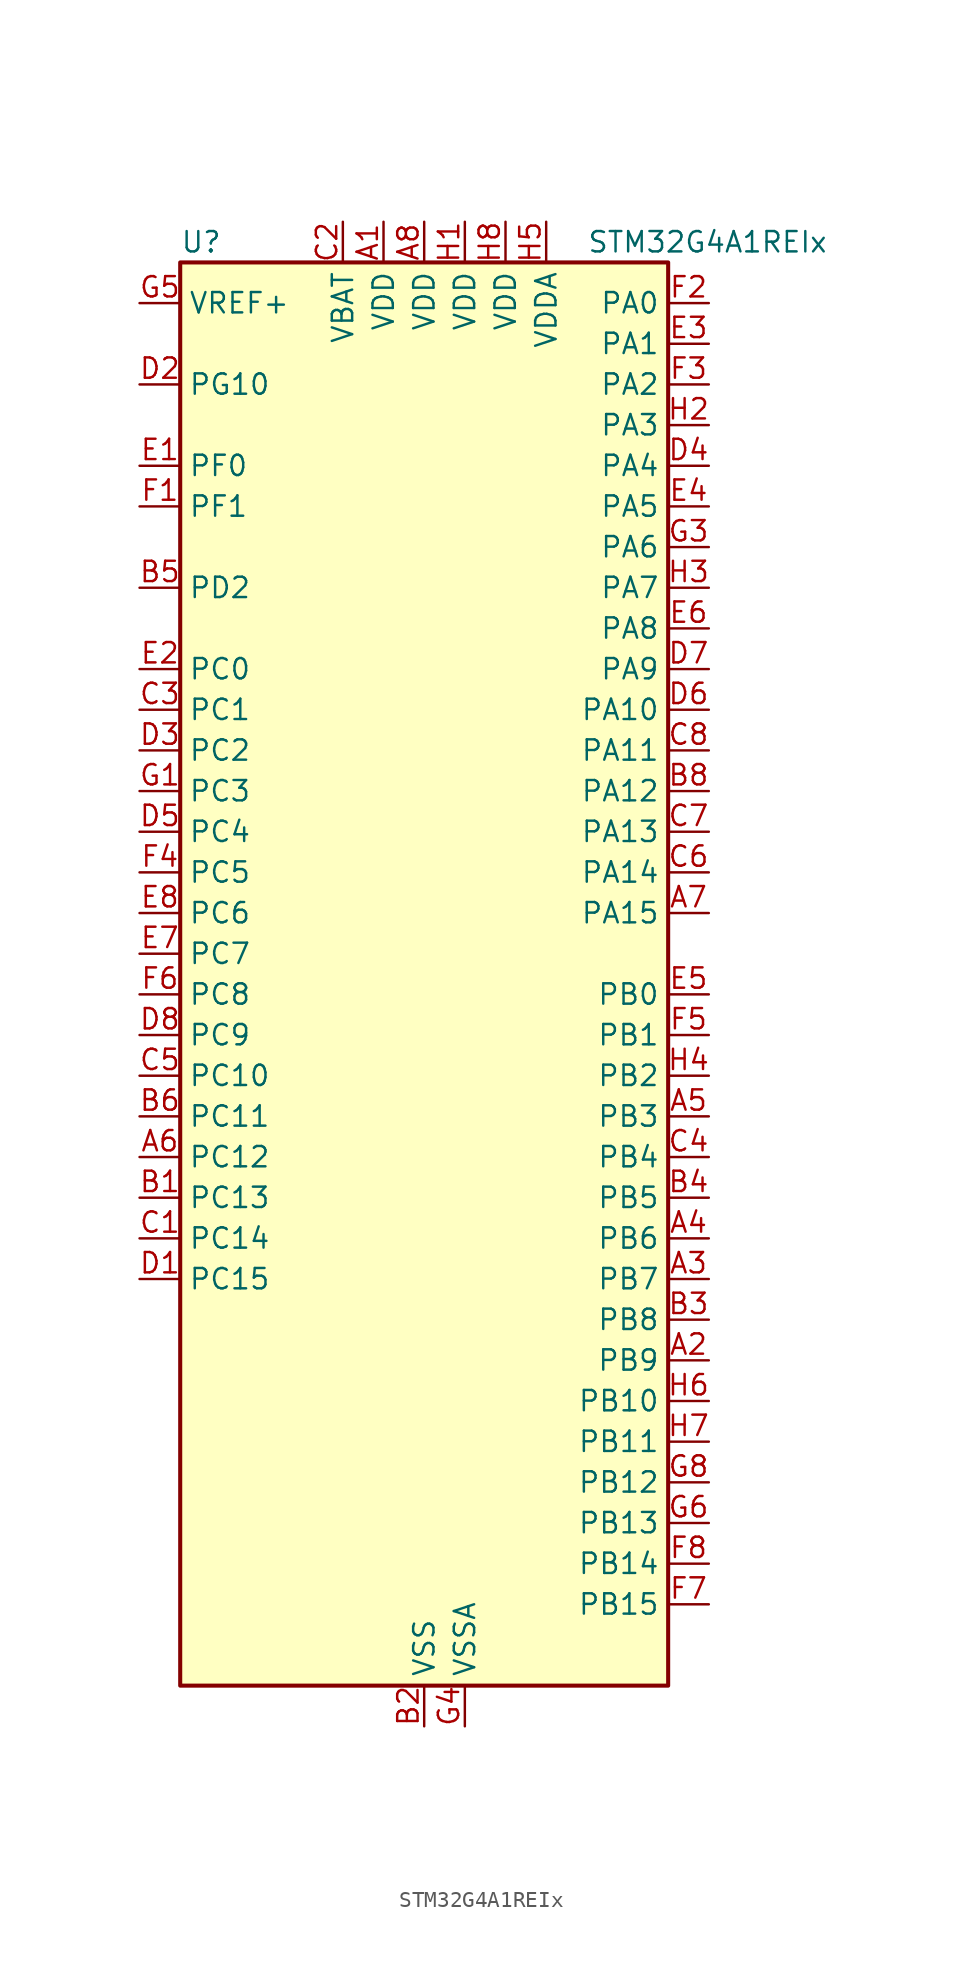
<source format=kicad_sym>
(kicad_symbol_lib
  (version 20220914)
  (generator kicad_symbol_editor)
  (symbol "STM32G4A1REIx"
    (property "Reference" "U"
      (at -15.24 46.99 0)
      (effects (font (size 1.27 1.27)) (justify left)))
    (property "Value" "STM32G4A1REIx"
      (at 10.16 46.99 0)
      (effects (font (size 1.27 1.27)) (justify left)))
    (property "ki_locked" ""
      (at 0 0 0)
      (effects (font (size 1.27 1.27))))
    (symbol "STM32G4A1REIx_0_1"
      (rectangle (start -15.24 -43.18) (end 15.24 45.72) (stroke (width 0.254) (type default)) (fill (type background))))
    (symbol "STM32G4A1REIx_1_1"
      (pin power_in line (at -2.54 48.26 270) (length 2.54) (name "VDD" (effects (font (size 1.27 1.27)))) (number "A1" (effects (font (size 1.27 1.27)))))
      (pin bidirectional line (at 17.78 -22.86 180) (length 2.54) (name "PB9" (effects (font (size 1.27 1.27)))) (number "A2" (effects (font (size 1.27 1.27)))) (alternate "COMP2_OUT" bidirectional line) (alternate "DAC1_EXTI9" bidirectional line) (alternate "DAC3_EXTI9" bidirectional line) (alternate "FDCAN1_TX" bidirectional line) (alternate "I2C1_SDA" bidirectional line) (alternate "IR_OUT" bidirectional line) (alternate "SAI1_D2" bidirectional line) (alternate "SAI1_FS_A" bidirectional line) (alternate "TIM17_CH1" bidirectional line) (alternate "TIM1_CH3N" bidirectional line) (alternate "TIM4_CH4" bidirectional line) (alternate "TIM8_CH3" bidirectional line) (alternate "USART3_TX" bidirectional line))
      (pin bidirectional line (at 17.78 -17.78 180) (length 2.54) (name "PB7" (effects (font (size 1.27 1.27)))) (number "A3" (effects (font (size 1.27 1.27)))) (alternate "COMP3_OUT" bidirectional line) (alternate "I2C1_SDA" bidirectional line) (alternate "LPTIM1_IN2" bidirectional line) (alternate "SYS_PVD_IN" bidirectional line) (alternate "TIM17_CH1N" bidirectional line) (alternate "TIM3_CH4" bidirectional line) (alternate "TIM4_CH2" bidirectional line) (alternate "TIM8_BKIN" bidirectional line) (alternate "UART4_CTS" bidirectional line) (alternate "USART1_RX" bidirectional line))
      (pin bidirectional line (at 17.78 -15.24 180) (length 2.54) (name "PB6" (effects (font (size 1.27 1.27)))) (number "A4" (effects (font (size 1.27 1.27)))) (alternate "COMP4_OUT" bidirectional line) (alternate "FDCAN2_TX" bidirectional line) (alternate "LPTIM1_ETR" bidirectional line) (alternate "SAI1_FS_B" bidirectional line) (alternate "TIM16_CH1N" bidirectional line) (alternate "TIM4_CH1" bidirectional line) (alternate "TIM8_BKIN2" bidirectional line) (alternate "TIM8_CH1" bidirectional line) (alternate "TIM8_ETR" bidirectional line) (alternate "UCPD1_CC1" bidirectional line) (alternate "USART1_TX" bidirectional line))
      (pin bidirectional line (at 17.78 -7.62 180) (length 2.54) (name "PB3" (effects (font (size 1.27 1.27)))) (number "A5" (effects (font (size 1.27 1.27)))) (alternate "ADC3_EXTI3" bidirectional line) (alternate "CRS_SYNC" bidirectional line) (alternate "I2S3_CK" bidirectional line) (alternate "SAI1_SCK_B" bidirectional line) (alternate "SPI1_SCK" bidirectional line) (alternate "SPI3_SCK" bidirectional line) (alternate "SYS_JTDO-SWO" bidirectional line) (alternate "TIM2_CH2" bidirectional line) (alternate "TIM3_ETR" bidirectional line) (alternate "TIM4_ETR" bidirectional line) (alternate "TIM8_CH1N" bidirectional line) (alternate "USART2_TX" bidirectional line))
      (pin bidirectional line (at -17.78 -10.16 0) (length 2.54) (name "PC12" (effects (font (size 1.27 1.27)))) (number "A6" (effects (font (size 1.27 1.27)))) (alternate "I2S3_SD" bidirectional line) (alternate "SPI3_MOSI" bidirectional line) (alternate "TIM8_CH3N" bidirectional line) (alternate "UART5_TX" bidirectional line) (alternate "UCPD1_FRSTX1" bidirectional line) (alternate "UCPD1_FRSTX2" bidirectional line) (alternate "USART3_CK" bidirectional line))
      (pin bidirectional line (at 17.78 5.08 180) (length 2.54) (name "PA15" (effects (font (size 1.27 1.27)))) (number "A7" (effects (font (size 1.27 1.27)))) (alternate "ADC1_EXTI15" bidirectional line) (alternate "ADC2_EXTI15" bidirectional line) (alternate "I2C1_SCL" bidirectional line) (alternate "I2S3_WS" bidirectional line) (alternate "SPI1_NSS" bidirectional line) (alternate "SPI3_NSS" bidirectional line) (alternate "SYS_JTDI" bidirectional line) (alternate "TIM1_BKIN" bidirectional line) (alternate "TIM20_ETR" bidirectional line) (alternate "TIM2_CH1" bidirectional line) (alternate "TIM2_ETR" bidirectional line) (alternate "TIM8_CH1" bidirectional line) (alternate "UART4_DE" bidirectional line) (alternate "UART4_RTS" bidirectional line) (alternate "USART2_RX" bidirectional line))
      (pin power_in line (at 0 48.26 270) (length 2.54) (name "VDD" (effects (font (size 1.27 1.27)))) (number "A8" (effects (font (size 1.27 1.27)))))
      (pin bidirectional line (at -17.78 -12.7 0) (length 2.54) (name "PC13" (effects (font (size 1.27 1.27)))) (number "B1" (effects (font (size 1.27 1.27)))) (alternate "RTC_OUT1" bidirectional line) (alternate "RTC_TAMP1" bidirectional line) (alternate "RTC_TS" bidirectional line) (alternate "SYS_WKUP2" bidirectional line) (alternate "TIM1_BKIN" bidirectional line) (alternate "TIM1_CH1N" bidirectional line) (alternate "TIM8_CH4N" bidirectional line))
      (pin power_in line (at 0 -45.72 90) (length 2.54) (name "VSS" (effects (font (size 1.27 1.27)))) (number "B2" (effects (font (size 1.27 1.27)))))
      (pin bidirectional line (at 17.78 -20.32 180) (length 2.54) (name "PB8" (effects (font (size 1.27 1.27)))) (number "B3" (effects (font (size 1.27 1.27)))) (alternate "COMP1_OUT" bidirectional line) (alternate "FDCAN1_RX" bidirectional line) (alternate "I2C1_SCL" bidirectional line) (alternate "SAI1_CK1" bidirectional line) (alternate "SAI1_MCLK_A" bidirectional line) (alternate "TIM16_CH1" bidirectional line) (alternate "TIM1_BKIN" bidirectional line) (alternate "TIM4_CH3" bidirectional line) (alternate "TIM8_CH2" bidirectional line) (alternate "USART3_RX" bidirectional line))
      (pin bidirectional line (at 17.78 -12.7 180) (length 2.54) (name "PB5" (effects (font (size 1.27 1.27)))) (number "B4" (effects (font (size 1.27 1.27)))) (alternate "FDCAN2_RX" bidirectional line) (alternate "I2C1_SMBA" bidirectional line) (alternate "I2C3_SDA" bidirectional line) (alternate "I2S3_SD" bidirectional line) (alternate "LPTIM1_IN1" bidirectional line) (alternate "SAI1_SD_B" bidirectional line) (alternate "SPI1_MOSI" bidirectional line) (alternate "SPI3_MOSI" bidirectional line) (alternate "TIM16_BKIN" bidirectional line) (alternate "TIM17_CH1" bidirectional line) (alternate "TIM3_CH2" bidirectional line) (alternate "TIM8_CH3N" bidirectional line) (alternate "UART5_CTS" bidirectional line) (alternate "USART2_CK" bidirectional line))
      (pin bidirectional line (at -17.78 25.4 0) (length 2.54) (name "PD2" (effects (font (size 1.27 1.27)))) (number "B5" (effects (font (size 1.27 1.27)))) (alternate "ADC3_EXTI2" bidirectional line) (alternate "TIM3_ETR" bidirectional line) (alternate "TIM8_BKIN" bidirectional line) (alternate "UART5_RX" bidirectional line))
      (pin bidirectional line (at -17.78 -7.62 0) (length 2.54) (name "PC11" (effects (font (size 1.27 1.27)))) (number "B6" (effects (font (size 1.27 1.27)))) (alternate "ADC1_EXTI11" bidirectional line) (alternate "ADC2_EXTI11" bidirectional line) (alternate "I2C3_SDA" bidirectional line) (alternate "SPI3_MISO" bidirectional line) (alternate "TIM8_CH2N" bidirectional line) (alternate "UART4_RX" bidirectional line) (alternate "USART3_RX" bidirectional line))
      (pin passive line (at 0 -45.72 90) (length 2.54) hide (name "VSS" (effects (font (size 1.27 1.27)))) (number "B7" (effects (font (size 1.27 1.27)))))
      (pin bidirectional line (at 17.78 12.7 180) (length 2.54) (name "PA12" (effects (font (size 1.27 1.27)))) (number "B8" (effects (font (size 1.27 1.27)))) (alternate "COMP2_OUT" bidirectional line) (alternate "FDCAN1_TX" bidirectional line) (alternate "I2S_CKIN" bidirectional line) (alternate "TIM16_CH1" bidirectional line) (alternate "TIM1_CH2N" bidirectional line) (alternate "TIM1_ETR" bidirectional line) (alternate "TIM4_CH2" bidirectional line) (alternate "USART1_DE" bidirectional line) (alternate "USART1_RTS" bidirectional line) (alternate "USB_DP" bidirectional line))
      (pin bidirectional line (at -17.78 -15.24 0) (length 2.54) (name "PC14" (effects (font (size 1.27 1.27)))) (number "C1" (effects (font (size 1.27 1.27)))) (alternate "RCC_OSC32_IN" bidirectional line))
      (pin power_in line (at -5.08 48.26 270) (length 2.54) (name "VBAT" (effects (font (size 1.27 1.27)))) (number "C2" (effects (font (size 1.27 1.27)))))
      (pin bidirectional line (at -17.78 17.78 0) (length 2.54) (name "PC1" (effects (font (size 1.27 1.27)))) (number "C3" (effects (font (size 1.27 1.27)))) (alternate "ADC1_IN7" bidirectional line) (alternate "ADC2_IN7" bidirectional line) (alternate "COMP3_INP" bidirectional line) (alternate "LPTIM1_OUT" bidirectional line) (alternate "LPUART1_TX" bidirectional line) (alternate "QUADSPI1_BK2_IO0" bidirectional line) (alternate "SAI1_SD_A" bidirectional line) (alternate "TIM1_CH2" bidirectional line))
      (pin bidirectional line (at 17.78 -10.16 180) (length 2.54) (name "PB4" (effects (font (size 1.27 1.27)))) (number "C4" (effects (font (size 1.27 1.27)))) (alternate "SAI1_MCLK_B" bidirectional line) (alternate "SPI1_MISO" bidirectional line) (alternate "SPI3_MISO" bidirectional line) (alternate "SYS_JTRST" bidirectional line) (alternate "TIM16_CH1" bidirectional line) (alternate "TIM17_BKIN" bidirectional line) (alternate "TIM3_CH1" bidirectional line) (alternate "TIM8_CH2N" bidirectional line) (alternate "UART5_DE" bidirectional line) (alternate "UART5_RTS" bidirectional line) (alternate "UCPD1_CC2" bidirectional line) (alternate "USART2_RX" bidirectional line))
      (pin bidirectional line (at -17.78 -5.08 0) (length 2.54) (name "PC10" (effects (font (size 1.27 1.27)))) (number "C5" (effects (font (size 1.27 1.27)))) (alternate "DAC1_EXTI10" bidirectional line) (alternate "DAC3_EXTI10" bidirectional line) (alternate "I2S3_CK" bidirectional line) (alternate "SPI3_SCK" bidirectional line) (alternate "TIM8_CH1N" bidirectional line) (alternate "UART4_TX" bidirectional line) (alternate "USART3_TX" bidirectional line))
      (pin bidirectional line (at 17.78 7.62 180) (length 2.54) (name "PA14" (effects (font (size 1.27 1.27)))) (number "C6" (effects (font (size 1.27 1.27)))) (alternate "I2C1_SDA" bidirectional line) (alternate "LPTIM1_OUT" bidirectional line) (alternate "SAI1_FS_B" bidirectional line) (alternate "SYS_JTCK-SWCLK" bidirectional line) (alternate "TIM1_BKIN" bidirectional line) (alternate "TIM8_CH2" bidirectional line) (alternate "USART2_TX" bidirectional line))
      (pin bidirectional line (at 17.78 10.16 180) (length 2.54) (name "PA13" (effects (font (size 1.27 1.27)))) (number "C7" (effects (font (size 1.27 1.27)))) (alternate "I2C1_SCL" bidirectional line) (alternate "IR_OUT" bidirectional line) (alternate "SAI1_SD_B" bidirectional line) (alternate "SYS_JTMS-SWDIO" bidirectional line) (alternate "TIM16_CH1N" bidirectional line) (alternate "TIM4_CH3" bidirectional line) (alternate "USART3_CTS" bidirectional line) (alternate "USART3_NSS" bidirectional line))
      (pin bidirectional line (at 17.78 15.24 180) (length 2.54) (name "PA11" (effects (font (size 1.27 1.27)))) (number "C8" (effects (font (size 1.27 1.27)))) (alternate "ADC1_EXTI11" bidirectional line) (alternate "ADC2_EXTI11" bidirectional line) (alternate "COMP1_OUT" bidirectional line) (alternate "FDCAN1_RX" bidirectional line) (alternate "I2S2_SD" bidirectional line) (alternate "SPI2_MOSI" bidirectional line) (alternate "TIM1_BKIN2" bidirectional line) (alternate "TIM1_CH1N" bidirectional line) (alternate "TIM1_CH4" bidirectional line) (alternate "TIM4_CH1" bidirectional line) (alternate "USART1_CTS" bidirectional line) (alternate "USART1_NSS" bidirectional line) (alternate "USB_DM" bidirectional line))
      (pin bidirectional line (at -17.78 -17.78 0) (length 2.54) (name "PC15" (effects (font (size 1.27 1.27)))) (number "D1" (effects (font (size 1.27 1.27)))) (alternate "ADC1_EXTI15" bidirectional line) (alternate "ADC2_EXTI15" bidirectional line) (alternate "RCC_OSC32_OUT" bidirectional line))
      (pin bidirectional line (at -17.78 38.1 0) (length 2.54) (name "PG10" (effects (font (size 1.27 1.27)))) (number "D2" (effects (font (size 1.27 1.27)))) (alternate "DAC1_EXTI10" bidirectional line) (alternate "DAC3_EXTI10" bidirectional line) (alternate "RCC_MCO" bidirectional line))
      (pin bidirectional line (at -17.78 15.24 0) (length 2.54) (name "PC2" (effects (font (size 1.27 1.27)))) (number "D3" (effects (font (size 1.27 1.27)))) (alternate "ADC1_IN8" bidirectional line) (alternate "ADC2_IN8" bidirectional line) (alternate "ADC3_EXTI2" bidirectional line) (alternate "COMP3_OUT" bidirectional line) (alternate "LPTIM1_IN2" bidirectional line) (alternate "QUADSPI1_BK2_IO1" bidirectional line) (alternate "TIM1_CH3" bidirectional line) (alternate "TIM20_CH2" bidirectional line))
      (pin bidirectional line (at 17.78 33.02 180) (length 2.54) (name "PA4" (effects (font (size 1.27 1.27)))) (number "D4" (effects (font (size 1.27 1.27)))) (alternate "ADC2_IN17" bidirectional line) (alternate "COMP1_INM" bidirectional line) (alternate "DAC1_OUT1" bidirectional line) (alternate "I2S3_WS" bidirectional line) (alternate "SAI1_FS_B" bidirectional line) (alternate "SPI1_NSS" bidirectional line) (alternate "SPI3_NSS" bidirectional line) (alternate "TIM3_CH2" bidirectional line) (alternate "USART2_CK" bidirectional line))
      (pin bidirectional line (at -17.78 10.16 0) (length 2.54) (name "PC4" (effects (font (size 1.27 1.27)))) (number "D5" (effects (font (size 1.27 1.27)))) (alternate "ADC2_IN5" bidirectional line) (alternate "I2C2_SCL" bidirectional line) (alternate "QUADSPI1_BK2_IO3" bidirectional line) (alternate "TIM1_ETR" bidirectional line) (alternate "USART1_TX" bidirectional line))
      (pin bidirectional line (at 17.78 17.78 180) (length 2.54) (name "PA10" (effects (font (size 1.27 1.27)))) (number "D6" (effects (font (size 1.27 1.27)))) (alternate "CRS_SYNC" bidirectional line) (alternate "DAC1_EXTI10" bidirectional line) (alternate "DAC3_EXTI10" bidirectional line) (alternate "I2C2_SMBA" bidirectional line) (alternate "SAI1_D1" bidirectional line) (alternate "SAI1_SD_A" bidirectional line) (alternate "SPI2_MISO" bidirectional line) (alternate "TIM17_BKIN" bidirectional line) (alternate "TIM1_CH3" bidirectional line) (alternate "TIM2_CH4" bidirectional line) (alternate "TIM8_BKIN" bidirectional line) (alternate "UCPD1_DBCC2" bidirectional line) (alternate "USART1_RX" bidirectional line))
      (pin bidirectional line (at 17.78 20.32 180) (length 2.54) (name "PA9" (effects (font (size 1.27 1.27)))) (number "D7" (effects (font (size 1.27 1.27)))) (alternate "DAC1_EXTI9" bidirectional line) (alternate "DAC3_EXTI9" bidirectional line) (alternate "I2C2_SCL" bidirectional line) (alternate "I2C3_SMBA" bidirectional line) (alternate "I2S3_MCK" bidirectional line) (alternate "SAI1_FS_A" bidirectional line) (alternate "TIM15_BKIN" bidirectional line) (alternate "TIM1_CH2" bidirectional line) (alternate "TIM2_CH3" bidirectional line) (alternate "UCPD1_DBCC1" bidirectional line) (alternate "USART1_TX" bidirectional line))
      (pin bidirectional line (at -17.78 -2.54 0) (length 2.54) (name "PC9" (effects (font (size 1.27 1.27)))) (number "D8" (effects (font (size 1.27 1.27)))) (alternate "DAC1_EXTI9" bidirectional line) (alternate "DAC3_EXTI9" bidirectional line) (alternate "I2C3_SDA" bidirectional line) (alternate "I2S_CKIN" bidirectional line) (alternate "TIM3_CH4" bidirectional line) (alternate "TIM8_BKIN2" bidirectional line) (alternate "TIM8_CH4" bidirectional line))
      (pin bidirectional line (at -17.78 33.02 0) (length 2.54) (name "PF0" (effects (font (size 1.27 1.27)))) (number "E1" (effects (font (size 1.27 1.27)))) (alternate "ADC1_IN10" bidirectional line) (alternate "I2C2_SDA" bidirectional line) (alternate "I2S2_WS" bidirectional line) (alternate "RCC_OSC_IN" bidirectional line) (alternate "SPI2_NSS" bidirectional line) (alternate "TIM1_CH3N" bidirectional line))
      (pin bidirectional line (at -17.78 20.32 0) (length 2.54) (name "PC0" (effects (font (size 1.27 1.27)))) (number "E2" (effects (font (size 1.27 1.27)))) (alternate "ADC1_IN6" bidirectional line) (alternate "ADC2_IN6" bidirectional line) (alternate "COMP3_INM" bidirectional line) (alternate "LPTIM1_IN1" bidirectional line) (alternate "LPUART1_RX" bidirectional line) (alternate "TIM1_CH1" bidirectional line))
      (pin bidirectional line (at 17.78 40.64 180) (length 2.54) (name "PA1" (effects (font (size 1.27 1.27)))) (number "E3" (effects (font (size 1.27 1.27)))) (alternate "ADC1_IN2" bidirectional line) (alternate "ADC2_IN2" bidirectional line) (alternate "COMP1_INP" bidirectional line) (alternate "OPAMP1_VINP" bidirectional line) (alternate "OPAMP1_VINP_SEC" bidirectional line) (alternate "OPAMP3_VINP" bidirectional line) (alternate "OPAMP3_VINP_SEC" bidirectional line) (alternate "OPAMP6_VINM" bidirectional line) (alternate "OPAMP6_VINM0" bidirectional line) (alternate "OPAMP6_VINM_SEC" bidirectional line) (alternate "RTC_REFIN" bidirectional line) (alternate "TIM15_CH1N" bidirectional line) (alternate "TIM2_CH2" bidirectional line) (alternate "USART2_DE" bidirectional line) (alternate "USART2_RTS" bidirectional line))
      (pin bidirectional line (at 17.78 30.48 180) (length 2.54) (name "PA5" (effects (font (size 1.27 1.27)))) (number "E4" (effects (font (size 1.27 1.27)))) (alternate "ADC2_IN13" bidirectional line) (alternate "COMP2_INM" bidirectional line) (alternate "DAC1_OUT2" bidirectional line) (alternate "OPAMP2_VINM" bidirectional line) (alternate "OPAMP2_VINM0" bidirectional line) (alternate "OPAMP2_VINM_SEC" bidirectional line) (alternate "SPI1_SCK" bidirectional line) (alternate "TIM2_CH1" bidirectional line) (alternate "TIM2_ETR" bidirectional line) (alternate "UCPD1_FRSTX1" bidirectional line) (alternate "UCPD1_FRSTX2" bidirectional line))
      (pin bidirectional line (at 17.78 0 180) (length 2.54) (name "PB0" (effects (font (size 1.27 1.27)))) (number "E5" (effects (font (size 1.27 1.27)))) (alternate "ADC1_IN15" bidirectional line) (alternate "ADC3_IN12" bidirectional line) (alternate "COMP4_INP" bidirectional line) (alternate "OPAMP2_VINP" bidirectional line) (alternate "OPAMP2_VINP_SEC" bidirectional line) (alternate "OPAMP3_VINP" bidirectional line) (alternate "OPAMP3_VINP_SEC" bidirectional line) (alternate "QUADSPI1_BK1_IO1" bidirectional line) (alternate "TIM1_CH2N" bidirectional line) (alternate "TIM3_CH3" bidirectional line) (alternate "TIM8_CH2N" bidirectional line) (alternate "UCPD1_FRSTX1" bidirectional line) (alternate "UCPD1_FRSTX2" bidirectional line))
      (pin bidirectional line (at 17.78 22.86 180) (length 2.54) (name "PA8" (effects (font (size 1.27 1.27)))) (number "E6" (effects (font (size 1.27 1.27)))) (alternate "I2C2_SDA" bidirectional line) (alternate "I2C3_SCL" bidirectional line) (alternate "I2S2_MCK" bidirectional line) (alternate "RCC_MCO" bidirectional line) (alternate "SAI1_CK2" bidirectional line) (alternate "SAI1_SCK_A" bidirectional line) (alternate "TIM1_CH1" bidirectional line) (alternate "TIM4_ETR" bidirectional line) (alternate "USART1_CK" bidirectional line))
      (pin bidirectional line (at -17.78 2.54 0) (length 2.54) (name "PC7" (effects (font (size 1.27 1.27)))) (number "E7" (effects (font (size 1.27 1.27)))) (alternate "I2S3_MCK" bidirectional line) (alternate "TIM3_CH2" bidirectional line) (alternate "TIM8_CH2" bidirectional line))
      (pin bidirectional line (at -17.78 5.08 0) (length 2.54) (name "PC6" (effects (font (size 1.27 1.27)))) (number "E8" (effects (font (size 1.27 1.27)))) (alternate "I2S2_MCK" bidirectional line) (alternate "TIM3_CH1" bidirectional line) (alternate "TIM8_CH1" bidirectional line))
      (pin bidirectional line (at -17.78 30.48 0) (length 2.54) (name "PF1" (effects (font (size 1.27 1.27)))) (number "F1" (effects (font (size 1.27 1.27)))) (alternate "ADC2_IN10" bidirectional line) (alternate "COMP3_INM" bidirectional line) (alternate "I2S2_CK" bidirectional line) (alternate "RCC_OSC_OUT" bidirectional line) (alternate "SPI2_SCK" bidirectional line))
      (pin bidirectional line (at 17.78 43.18 180) (length 2.54) (name "PA0" (effects (font (size 1.27 1.27)))) (number "F2" (effects (font (size 1.27 1.27)))) (alternate "ADC1_IN1" bidirectional line) (alternate "ADC2_IN1" bidirectional line) (alternate "COMP1_INM" bidirectional line) (alternate "COMP1_OUT" bidirectional line) (alternate "COMP3_INP" bidirectional line) (alternate "RTC_TAMP2" bidirectional line) (alternate "SYS_WKUP1" bidirectional line) (alternate "TIM2_CH1" bidirectional line) (alternate "TIM2_ETR" bidirectional line) (alternate "TIM8_BKIN" bidirectional line) (alternate "TIM8_ETR" bidirectional line) (alternate "USART2_CTS" bidirectional line) (alternate "USART2_NSS" bidirectional line))
      (pin bidirectional line (at 17.78 38.1 180) (length 2.54) (name "PA2" (effects (font (size 1.27 1.27)))) (number "F3" (effects (font (size 1.27 1.27)))) (alternate "ADC1_IN3" bidirectional line) (alternate "ADC3_EXTI2" bidirectional line) (alternate "COMP2_INM" bidirectional line) (alternate "COMP2_OUT" bidirectional line) (alternate "LPUART1_TX" bidirectional line) (alternate "OPAMP1_VOUT" bidirectional line) (alternate "QUADSPI1_BK1_NCS" bidirectional line) (alternate "RCC_LSCO" bidirectional line) (alternate "SYS_WKUP4" bidirectional line) (alternate "TIM15_CH1" bidirectional line) (alternate "TIM2_CH3" bidirectional line) (alternate "UCPD1_FRSTX1" bidirectional line) (alternate "UCPD1_FRSTX2" bidirectional line) (alternate "USART2_TX" bidirectional line))
      (pin bidirectional line (at -17.78 7.62 0) (length 2.54) (name "PC5" (effects (font (size 1.27 1.27)))) (number "F4" (effects (font (size 1.27 1.27)))) (alternate "ADC2_IN11" bidirectional line) (alternate "OPAMP1_VINM" bidirectional line) (alternate "OPAMP1_VINM1" bidirectional line) (alternate "OPAMP1_VINM_SEC" bidirectional line) (alternate "OPAMP2_VINM" bidirectional line) (alternate "OPAMP2_VINM1" bidirectional line) (alternate "OPAMP2_VINM_SEC" bidirectional line) (alternate "SAI1_D3" bidirectional line) (alternate "SYS_WKUP5" bidirectional line) (alternate "TIM15_BKIN" bidirectional line) (alternate "TIM1_CH4N" bidirectional line) (alternate "USART1_RX" bidirectional line))
      (pin bidirectional line (at 17.78 -2.54 180) (length 2.54) (name "PB1" (effects (font (size 1.27 1.27)))) (number "F5" (effects (font (size 1.27 1.27)))) (alternate "ADC1_IN12" bidirectional line) (alternate "ADC3_IN1" bidirectional line) (alternate "COMP1_INP" bidirectional line) (alternate "COMP4_OUT" bidirectional line) (alternate "LPUART1_DE" bidirectional line) (alternate "LPUART1_RTS" bidirectional line) (alternate "OPAMP3_VOUT" bidirectional line) (alternate "OPAMP6_VINM" bidirectional line) (alternate "OPAMP6_VINM1" bidirectional line) (alternate "OPAMP6_VINM_SEC" bidirectional line) (alternate "QUADSPI1_BK1_IO0" bidirectional line) (alternate "TIM1_CH3N" bidirectional line) (alternate "TIM3_CH4" bidirectional line) (alternate "TIM8_CH3N" bidirectional line))
      (pin bidirectional line (at -17.78 0 0) (length 2.54) (name "PC8" (effects (font (size 1.27 1.27)))) (number "F6" (effects (font (size 1.27 1.27)))) (alternate "I2C3_SCL" bidirectional line) (alternate "TIM20_CH3" bidirectional line) (alternate "TIM3_CH3" bidirectional line) (alternate "TIM8_CH3" bidirectional line))
      (pin bidirectional line (at 17.78 -38.1 180) (length 2.54) (name "PB15" (effects (font (size 1.27 1.27)))) (number "F7" (effects (font (size 1.27 1.27)))) (alternate "ADC1_EXTI15" bidirectional line) (alternate "ADC2_EXTI15" bidirectional line) (alternate "ADC2_IN15" bidirectional line) (alternate "COMP3_OUT" bidirectional line) (alternate "I2S2_SD" bidirectional line) (alternate "RTC_REFIN" bidirectional line) (alternate "SPI2_MOSI" bidirectional line) (alternate "TIM15_CH1N" bidirectional line) (alternate "TIM15_CH2" bidirectional line) (alternate "TIM1_CH3N" bidirectional line))
      (pin bidirectional line (at 17.78 -35.56 180) (length 2.54) (name "PB14" (effects (font (size 1.27 1.27)))) (number "F8" (effects (font (size 1.27 1.27)))) (alternate "ADC1_IN5" bidirectional line) (alternate "COMP4_OUT" bidirectional line) (alternate "OPAMP2_VINP" bidirectional line) (alternate "OPAMP2_VINP_SEC" bidirectional line) (alternate "SPI2_MISO" bidirectional line) (alternate "TIM15_CH1" bidirectional line) (alternate "TIM1_CH2N" bidirectional line) (alternate "USART3_DE" bidirectional line) (alternate "USART3_RTS" bidirectional line))
      (pin bidirectional line (at -17.78 12.7 0) (length 2.54) (name "PC3" (effects (font (size 1.27 1.27)))) (number "G1" (effects (font (size 1.27 1.27)))) (alternate "ADC1_IN9" bidirectional line) (alternate "ADC2_IN9" bidirectional line) (alternate "ADC3_EXTI3" bidirectional line) (alternate "LPTIM1_ETR" bidirectional line) (alternate "QUADSPI1_BK2_IO2" bidirectional line) (alternate "SAI1_D1" bidirectional line) (alternate "SAI1_SD_A" bidirectional line) (alternate "TIM1_BKIN2" bidirectional line) (alternate "TIM1_CH4" bidirectional line))
      (pin passive line (at 0 -45.72 90) (length 2.54) hide (name "VSS" (effects (font (size 1.27 1.27)))) (number "G2" (effects (font (size 1.27 1.27)))))
      (pin bidirectional line (at 17.78 27.94 180) (length 2.54) (name "PA6" (effects (font (size 1.27 1.27)))) (number "G3" (effects (font (size 1.27 1.27)))) (alternate "ADC2_IN3" bidirectional line) (alternate "COMP1_OUT" bidirectional line) (alternate "LPUART1_CTS" bidirectional line) (alternate "OPAMP2_VOUT" bidirectional line) (alternate "QUADSPI1_BK1_IO3" bidirectional line) (alternate "SPI1_MISO" bidirectional line) (alternate "TIM16_CH1" bidirectional line) (alternate "TIM1_BKIN" bidirectional line) (alternate "TIM3_CH1" bidirectional line) (alternate "TIM8_BKIN" bidirectional line))
      (pin power_in line (at 2.54 -45.72 90) (length 2.54) (name "VSSA" (effects (font (size 1.27 1.27)))) (number "G4" (effects (font (size 1.27 1.27)))))
      (pin input line (at -17.78 43.18 0) (length 2.54) (name "VREF+" (effects (font (size 1.27 1.27)))) (number "G5" (effects (font (size 1.27 1.27)))) (alternate "VREFBUF_OUT" bidirectional line))
      (pin bidirectional line (at 17.78 -33.02 180) (length 2.54) (name "PB13" (effects (font (size 1.27 1.27)))) (number "G6" (effects (font (size 1.27 1.27)))) (alternate "ADC3_IN5" bidirectional line) (alternate "FDCAN2_TX" bidirectional line) (alternate "I2S2_CK" bidirectional line) (alternate "LPUART1_CTS" bidirectional line) (alternate "OPAMP3_VINP" bidirectional line) (alternate "OPAMP3_VINP_SEC" bidirectional line) (alternate "OPAMP6_VINP" bidirectional line) (alternate "OPAMP6_VINP_SEC" bidirectional line) (alternate "SPI2_SCK" bidirectional line) (alternate "TIM1_CH1N" bidirectional line) (alternate "USART3_CTS" bidirectional line) (alternate "USART3_NSS" bidirectional line))
      (pin passive line (at 0 -45.72 90) (length 2.54) hide (name "VSS" (effects (font (size 1.27 1.27)))) (number "G7" (effects (font (size 1.27 1.27)))))
      (pin bidirectional line (at 17.78 -30.48 180) (length 2.54) (name "PB12" (effects (font (size 1.27 1.27)))) (number "G8" (effects (font (size 1.27 1.27)))) (alternate "ADC1_IN11" bidirectional line) (alternate "FDCAN2_RX" bidirectional line) (alternate "I2C2_SMBA" bidirectional line) (alternate "I2S2_WS" bidirectional line) (alternate "LPUART1_DE" bidirectional line) (alternate "LPUART1_RTS" bidirectional line) (alternate "OPAMP6_VINP" bidirectional line) (alternate "OPAMP6_VINP_SEC" bidirectional line) (alternate "SPI2_NSS" bidirectional line) (alternate "TIM1_BKIN" bidirectional line) (alternate "USART3_CK" bidirectional line))
      (pin power_in line (at 2.54 48.26 270) (length 2.54) (name "VDD" (effects (font (size 1.27 1.27)))) (number "H1" (effects (font (size 1.27 1.27)))))
      (pin bidirectional line (at 17.78 35.56 180) (length 2.54) (name "PA3" (effects (font (size 1.27 1.27)))) (number "H2" (effects (font (size 1.27 1.27)))) (alternate "ADC1_IN4" bidirectional line) (alternate "ADC3_EXTI3" bidirectional line) (alternate "COMP2_INP" bidirectional line) (alternate "LPUART1_RX" bidirectional line) (alternate "OPAMP1_VINM" bidirectional line) (alternate "OPAMP1_VINM0" bidirectional line) (alternate "OPAMP1_VINM_SEC" bidirectional line) (alternate "OPAMP1_VINP" bidirectional line) (alternate "OPAMP1_VINP_SEC" bidirectional line) (alternate "QUADSPI1_CLK" bidirectional line) (alternate "SAI1_CK1" bidirectional line) (alternate "SAI1_MCLK_A" bidirectional line) (alternate "TIM15_CH2" bidirectional line) (alternate "TIM2_CH4" bidirectional line) (alternate "USART2_RX" bidirectional line))
      (pin bidirectional line (at 17.78 25.4 180) (length 2.54) (name "PA7" (effects (font (size 1.27 1.27)))) (number "H3" (effects (font (size 1.27 1.27)))) (alternate "ADC2_IN4" bidirectional line) (alternate "COMP2_INP" bidirectional line) (alternate "COMP2_OUT" bidirectional line) (alternate "OPAMP1_VINP" bidirectional line) (alternate "OPAMP1_VINP_SEC" bidirectional line) (alternate "OPAMP2_VINP" bidirectional line) (alternate "OPAMP2_VINP_SEC" bidirectional line) (alternate "QUADSPI1_BK1_IO2" bidirectional line) (alternate "SPI1_MOSI" bidirectional line) (alternate "TIM17_CH1" bidirectional line) (alternate "TIM1_CH1N" bidirectional line) (alternate "TIM3_CH2" bidirectional line) (alternate "TIM8_CH1N" bidirectional line) (alternate "UCPD1_FRSTX1" bidirectional line) (alternate "UCPD1_FRSTX2" bidirectional line))
      (pin bidirectional line (at 17.78 -5.08 180) (length 2.54) (name "PB2" (effects (font (size 1.27 1.27)))) (number "H4" (effects (font (size 1.27 1.27)))) (alternate "ADC2_IN12" bidirectional line) (alternate "ADC3_EXTI2" bidirectional line) (alternate "COMP4_INM" bidirectional line) (alternate "I2C3_SMBA" bidirectional line) (alternate "LPTIM1_OUT" bidirectional line) (alternate "OPAMP3_VINM" bidirectional line) (alternate "OPAMP3_VINM0" bidirectional line) (alternate "OPAMP3_VINM_SEC" bidirectional line) (alternate "QUADSPI1_BK2_IO1" bidirectional line) (alternate "RTC_OUT2" bidirectional line) (alternate "TIM20_CH1" bidirectional line))
      (pin power_in line (at 7.62 48.26 270) (length 2.54) (name "VDDA" (effects (font (size 1.27 1.27)))) (number "H5" (effects (font (size 1.27 1.27)))))
      (pin bidirectional line (at 17.78 -25.4 180) (length 2.54) (name "PB10" (effects (font (size 1.27 1.27)))) (number "H6" (effects (font (size 1.27 1.27)))) (alternate "DAC1_EXTI10" bidirectional line) (alternate "DAC3_EXTI10" bidirectional line) (alternate "LPUART1_RX" bidirectional line) (alternate "OPAMP3_VINM" bidirectional line) (alternate "OPAMP3_VINM1" bidirectional line) (alternate "OPAMP3_VINM_SEC" bidirectional line) (alternate "QUADSPI1_CLK" bidirectional line) (alternate "SAI1_SCK_A" bidirectional line) (alternate "TIM1_BKIN" bidirectional line) (alternate "TIM2_CH3" bidirectional line) (alternate "USART3_TX" bidirectional line))
      (pin bidirectional line (at 17.78 -27.94 180) (length 2.54) (name "PB11" (effects (font (size 1.27 1.27)))) (number "H7" (effects (font (size 1.27 1.27)))) (alternate "ADC1_EXTI11" bidirectional line) (alternate "ADC1_IN14" bidirectional line) (alternate "ADC2_EXTI11" bidirectional line) (alternate "ADC2_IN14" bidirectional line) (alternate "LPUART1_TX" bidirectional line) (alternate "OPAMP6_VOUT" bidirectional line) (alternate "QUADSPI1_BK1_NCS" bidirectional line) (alternate "TIM2_CH4" bidirectional line) (alternate "USART3_RX" bidirectional line))
      (pin power_in line (at 5.08 48.26 270) (length 2.54) (name "VDD" (effects (font (size 1.27 1.27)))) (number "H8" (effects (font (size 1.27 1.27))))))))
</source>
